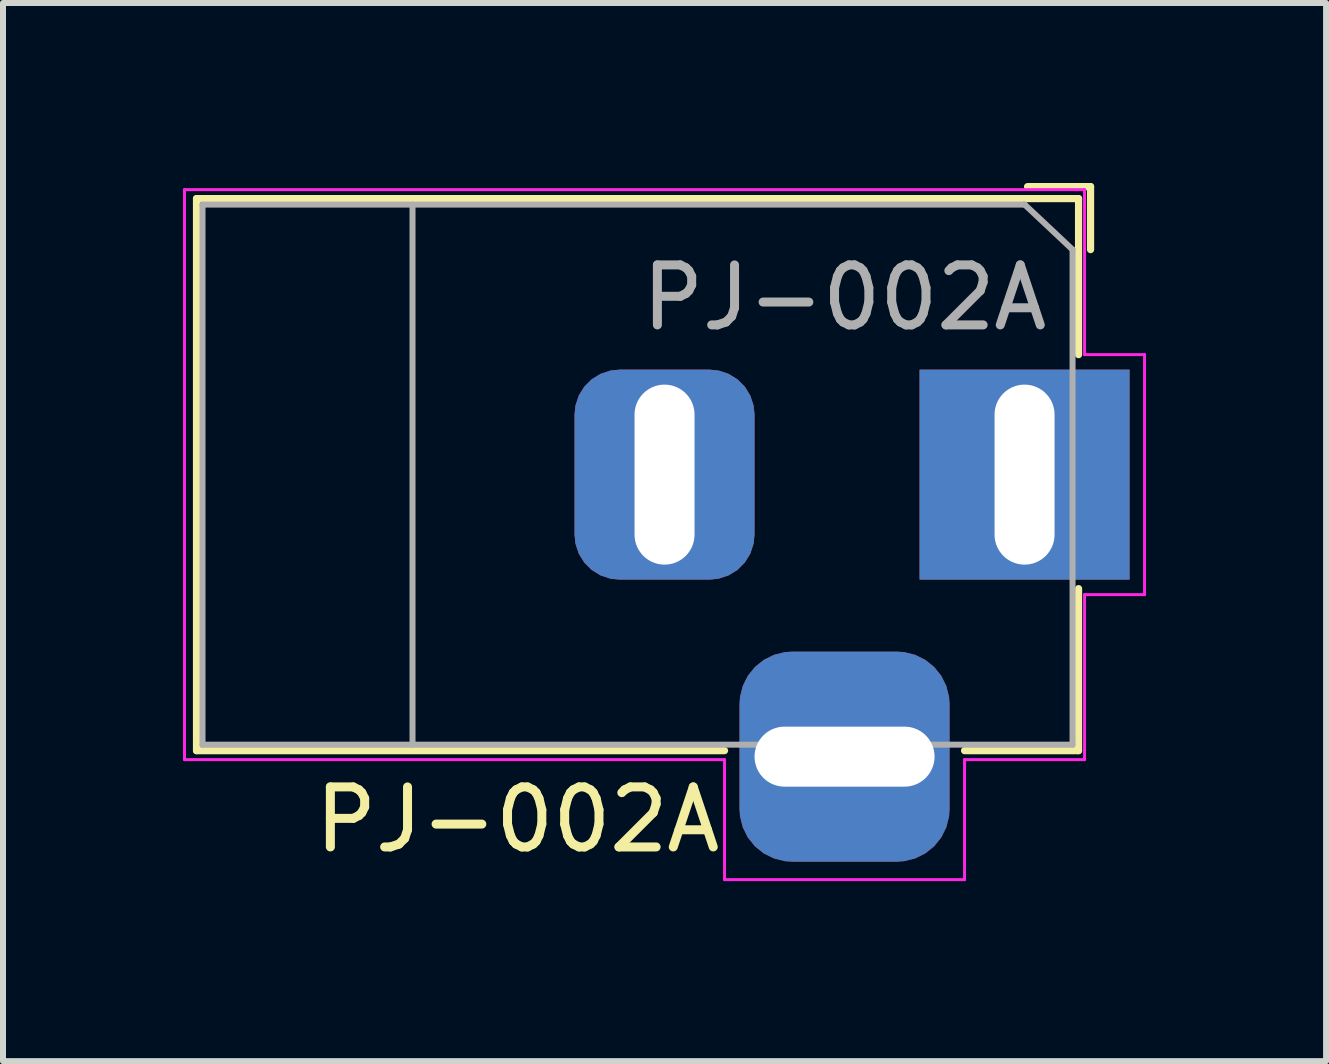
<source format=kicad_pcb>
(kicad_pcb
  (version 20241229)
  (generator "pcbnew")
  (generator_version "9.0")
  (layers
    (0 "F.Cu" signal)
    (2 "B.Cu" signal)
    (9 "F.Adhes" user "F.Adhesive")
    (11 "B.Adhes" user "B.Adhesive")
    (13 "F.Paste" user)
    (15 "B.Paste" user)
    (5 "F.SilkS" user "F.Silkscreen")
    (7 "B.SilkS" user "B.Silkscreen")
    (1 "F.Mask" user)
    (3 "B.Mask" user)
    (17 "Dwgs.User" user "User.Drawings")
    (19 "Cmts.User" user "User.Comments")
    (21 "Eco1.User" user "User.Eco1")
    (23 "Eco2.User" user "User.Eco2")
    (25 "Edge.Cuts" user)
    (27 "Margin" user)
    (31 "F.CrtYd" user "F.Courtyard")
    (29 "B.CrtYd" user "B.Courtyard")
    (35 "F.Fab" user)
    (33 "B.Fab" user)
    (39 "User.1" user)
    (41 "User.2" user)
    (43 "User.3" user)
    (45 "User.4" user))
  (footprint "PJ-002A"
    (layer "F.Cu")
    (at 14.025 4.86)
    (property "Reference" "PJ-002A" (at -8.45 5.75 0) (layer "F.SilkS") (effects (font (size 1 1) (thickness 0.15))))
    (attr through_hole)
    (fp_line (start -13.8 -4.6) (end 0.9 -4.6) (stroke (width 0.12) (type solid)) (layer "F.SilkS"))
    (fp_line (start -13.8 4.6) (end -13.8 -4.6) (stroke (width 0.12) (type solid)) (layer "F.SilkS"))
    (fp_line (start -5 4.6) (end -13.8 4.6) (stroke (width 0.12) (type solid)) (layer "F.SilkS"))
    (fp_line (start 0.05 -4.8) (end 1.1 -4.8) (stroke (width 0.12) (type solid)) (layer "F.SilkS"))
    (fp_line (start 0.9 -4.6) (end 0.9 -2) (stroke (width 0.12) (type solid)) (layer "F.SilkS"))
    (fp_line (start 0.9 1.9) (end 0.9 4.6) (stroke (width 0.12) (type solid)) (layer "F.SilkS"))
    (fp_line (start 0.9 4.6) (end -1 4.6) (stroke (width 0.12) (type solid)) (layer "F.SilkS"))
    (fp_line (start 1.1 -3.75) (end 1.1 -4.8) (stroke (width 0.12) (type solid)) (layer "F.SilkS"))
    (fp_line (start -14 4.75) (end -14 -4.75) (stroke (width 0.05) (type solid)) (layer "F.CrtYd"))
    (fp_line (start -5 4.75) (end -14 4.75) (stroke (width 0.05) (type solid)) (layer "F.CrtYd"))
    (fp_line (start -5 6.75) (end -5 4.75) (stroke (width 0.05) (type solid)) (layer "F.CrtYd"))
    (fp_line (start -1 4.75) (end -1 6.75) (stroke (width 0.05) (type solid)) (layer "F.CrtYd"))
    (fp_line (start -1 6.75) (end -5 6.75) (stroke (width 0.05) (type solid)) (layer "F.CrtYd"))
    (fp_line (start 1 -4.75) (end -14 -4.75) (stroke (width 0.05) (type solid)) (layer "F.CrtYd"))
    (fp_line (start 1 -4.5) (end 1 -4.75) (stroke (width 0.05) (type solid)) (layer "F.CrtYd"))
    (fp_line (start 1 -4.5) (end 1 -2) (stroke (width 0.05) (type solid)) (layer "F.CrtYd"))
    (fp_line (start 1 -2) (end 2 -2) (stroke (width 0.05) (type solid)) (layer "F.CrtYd"))
    (fp_line (start 1 2) (end 1 4.75) (stroke (width 0.05) (type solid)) (layer "F.CrtYd"))
    (fp_line (start 1 4.75) (end -1 4.75) (stroke (width 0.05) (type solid)) (layer "F.CrtYd"))
    (fp_line (start 2 -2) (end 2 2) (stroke (width 0.05) (type solid)) (layer "F.CrtYd"))
    (fp_line (start 2 2) (end 1 2) (stroke (width 0.05) (type solid)) (layer "F.CrtYd"))
    (fp_line (start -13.7 -4.5) (end -13.7 4.5) (stroke (width 0.1) (type solid)) (layer "F.Fab"))
    (fp_line (start -13.7 4.5) (end 0.8 4.5) (stroke (width 0.1) (type solid)) (layer "F.Fab"))
    (fp_line (start -10.2 -4.5) (end -10.2 4.5) (stroke (width 0.1) (type solid)) (layer "F.Fab"))
    (fp_line (start -0.003 -4.505) (end 0.8 -3.75) (stroke (width 0.1) (type solid)) (layer "F.Fab"))
    (fp_line (start 0 -4.5) (end -13.7 -4.5) (stroke (width 0.1) (type solid)) (layer "F.Fab"))
    (fp_line (start 0.8 4.5) (end 0.8 -3.75) (stroke (width 0.1) (type solid)) (layer "F.Fab"))
    (fp_text user "${REFERENCE}" (at -3 -2.95 0) (layer "F.Fab") (effects (font (size 1 1) (thickness 0.15))))
    (pad "1" thru_hole rect (at 0 0) (size 3.5 3.5) (drill oval 1 3) (layers "*.Cu" "*.Mask"))
    (pad "2" thru_hole roundrect (at -6 0) (size 3 3.5) (drill oval 1 3) (layers "*.Cu" "*.Mask") (roundrect_rratio 0.25))
    (pad "3" thru_hole roundrect (at -3 4.7) (size 3.5 3.5) (drill oval 3 1) (layers "*.Cu" "*.Mask") (roundrect_rratio 0.25)))
  (gr_rect
    (start -3 -3)
    (end 19.05 14.635)
    (stroke (width 0.1) (type default))
    (fill no)
    (layer "Edge.Cuts")))
</source>
